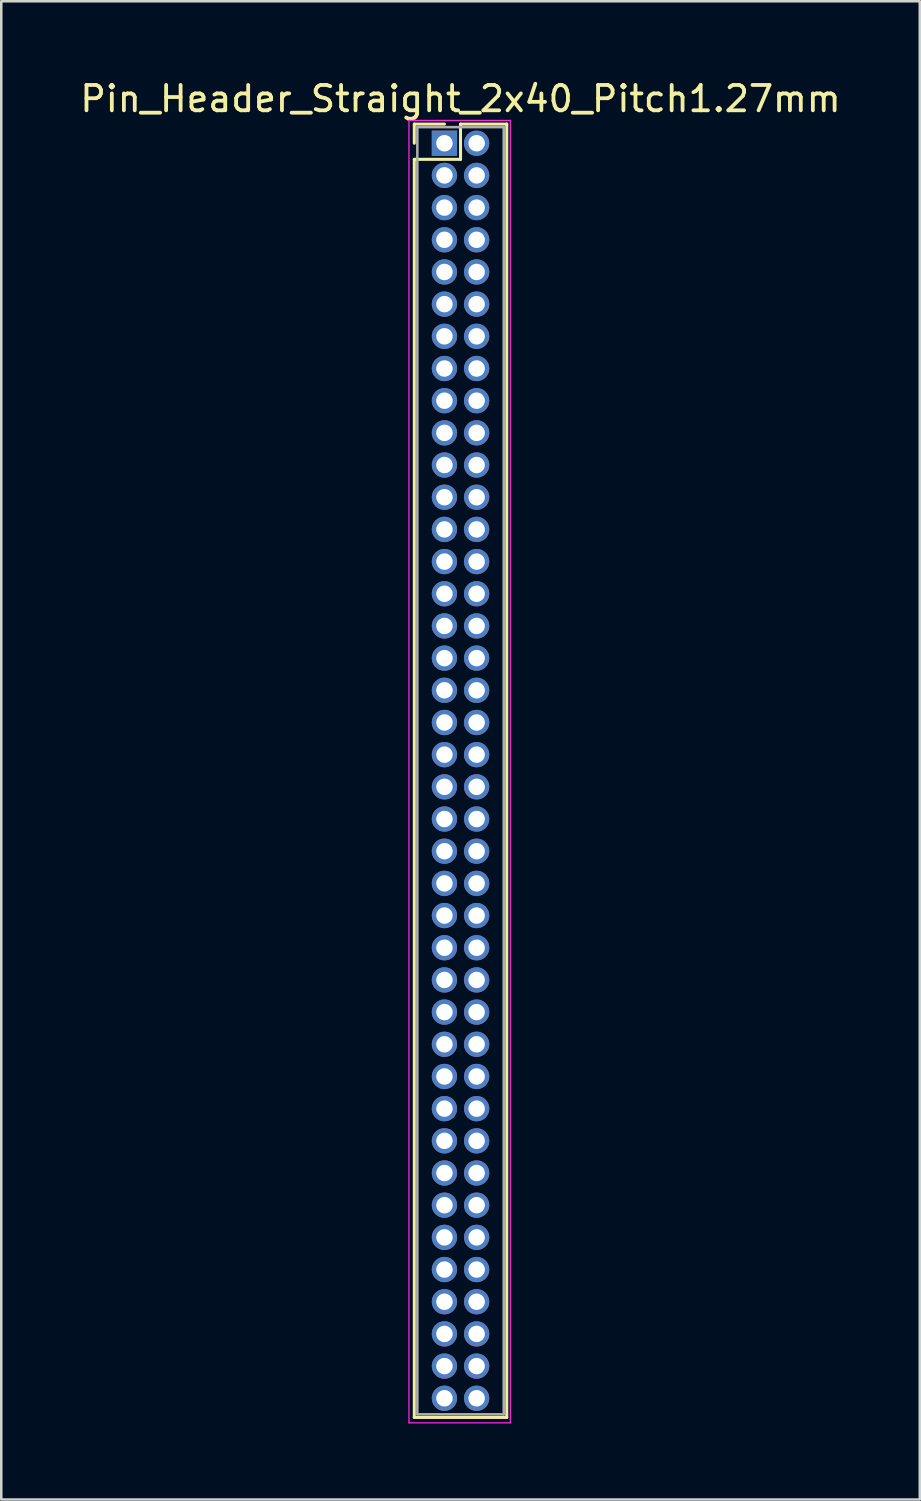
<source format=kicad_pcb>
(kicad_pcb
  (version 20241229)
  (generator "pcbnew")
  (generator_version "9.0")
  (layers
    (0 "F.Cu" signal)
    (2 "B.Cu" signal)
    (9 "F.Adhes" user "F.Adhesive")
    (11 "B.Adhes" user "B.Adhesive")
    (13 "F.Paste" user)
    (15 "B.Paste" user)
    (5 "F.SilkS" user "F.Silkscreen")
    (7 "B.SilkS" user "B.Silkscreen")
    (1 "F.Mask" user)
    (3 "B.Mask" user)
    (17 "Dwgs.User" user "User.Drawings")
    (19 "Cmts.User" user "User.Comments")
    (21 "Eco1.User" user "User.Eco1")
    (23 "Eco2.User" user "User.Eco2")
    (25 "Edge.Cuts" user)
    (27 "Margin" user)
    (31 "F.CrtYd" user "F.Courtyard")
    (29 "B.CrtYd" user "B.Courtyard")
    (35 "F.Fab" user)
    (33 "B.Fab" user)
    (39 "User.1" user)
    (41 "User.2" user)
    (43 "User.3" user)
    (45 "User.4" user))
  (footprint "Pin_Header_Straight_2x40_Pitch1.27mm"
    (layer "F.Cu")
    (at 14.49 2.603)
    (property "Reference" "Pin_Header_Straight_2x40_Pitch1.27mm" (at 0.635 -1.755 0) (layer "F.SilkS") (effects (font (size 1 1) (thickness 0.15))))
    (attr through_hole)
    (fp_line (start -1.19 -0.755) (end 0 -0.755) (stroke (width 0.12) (type solid)) (layer "F.SilkS"))
    (fp_line (start -1.19 0) (end -1.19 -0.755) (stroke (width 0.12) (type solid)) (layer "F.SilkS"))
    (fp_line (start -1.19 0.635) (end -1.19 50.285) (stroke (width 0.12) (type solid)) (layer "F.SilkS"))
    (fp_line (start -1.19 50.285) (end 2.46 50.285) (stroke (width 0.12) (type solid)) (layer "F.SilkS"))
    (fp_line (start 0.635 -0.755) (end 0.635 0.635) (stroke (width 0.12) (type solid)) (layer "F.SilkS"))
    (fp_line (start 0.635 0.635) (end -1.19 0.635) (stroke (width 0.12) (type solid)) (layer "F.SilkS"))
    (fp_line (start 2.46 -0.755) (end 0.635 -0.755) (stroke (width 0.12) (type solid)) (layer "F.SilkS"))
    (fp_line (start 2.46 50.285) (end 2.46 -0.755) (stroke (width 0.12) (type solid)) (layer "F.SilkS"))
    (fp_line (start -1.4 -0.9) (end -1.4 50.5) (stroke (width 0.05) (type solid)) (layer "F.CrtYd"))
    (fp_line (start -1.4 50.5) (end 2.6 50.5) (stroke (width 0.05) (type solid)) (layer "F.CrtYd"))
    (fp_line (start 2.6 -0.9) (end -1.4 -0.9) (stroke (width 0.05) (type solid)) (layer "F.CrtYd"))
    (fp_line (start 2.6 50.5) (end 2.6 -0.9) (stroke (width 0.05) (type solid)) (layer "F.CrtYd"))
    (fp_line (start -1.07 -0.635) (end -1.07 50.165) (stroke (width 0.1) (type solid)) (layer "F.Fab"))
    (fp_line (start -1.07 50.165) (end 2.34 50.165) (stroke (width 0.1) (type solid)) (layer "F.Fab"))
    (fp_line (start 2.34 -0.635) (end -1.07 -0.635) (stroke (width 0.1) (type solid)) (layer "F.Fab"))
    (fp_line (start 2.34 50.165) (end 2.34 -0.635) (stroke (width 0.1) (type solid)) (layer "F.Fab"))
    (pad "1" thru_hole rect (at 0 0) (size 1 1) (drill 0.65) (layers "*.Cu" "*.Mask"))
    (pad "2" thru_hole oval (at 1.27 0) (size 1 1) (drill 0.65) (layers "*.Cu" "*.Mask"))
    (pad "3" thru_hole oval (at 0 1.27) (size 1 1) (drill 0.65) (layers "*.Cu" "*.Mask"))
    (pad "4" thru_hole oval (at 1.27 1.27) (size 1 1) (drill 0.65) (layers "*.Cu" "*.Mask"))
    (pad "5" thru_hole oval (at 0 2.54) (size 1 1) (drill 0.65) (layers "*.Cu" "*.Mask"))
    (pad "6" thru_hole oval (at 1.27 2.54) (size 1 1) (drill 0.65) (layers "*.Cu" "*.Mask"))
    (pad "7" thru_hole oval (at 0 3.81) (size 1 1) (drill 0.65) (layers "*.Cu" "*.Mask"))
    (pad "8" thru_hole oval (at 1.27 3.81) (size 1 1) (drill 0.65) (layers "*.Cu" "*.Mask"))
    (pad "9" thru_hole oval (at 0 5.08) (size 1 1) (drill 0.65) (layers "*.Cu" "*.Mask"))
    (pad "10" thru_hole oval (at 1.27 5.08) (size 1 1) (drill 0.65) (layers "*.Cu" "*.Mask"))
    (pad "11" thru_hole oval (at 0 6.35) (size 1 1) (drill 0.65) (layers "*.Cu" "*.Mask"))
    (pad "12" thru_hole oval (at 1.27 6.35) (size 1 1) (drill 0.65) (layers "*.Cu" "*.Mask"))
    (pad "13" thru_hole oval (at 0 7.62) (size 1 1) (drill 0.65) (layers "*.Cu" "*.Mask"))
    (pad "14" thru_hole oval (at 1.27 7.62) (size 1 1) (drill 0.65) (layers "*.Cu" "*.Mask"))
    (pad "15" thru_hole oval (at 0 8.89) (size 1 1) (drill 0.65) (layers "*.Cu" "*.Mask"))
    (pad "16" thru_hole oval (at 1.27 8.89) (size 1 1) (drill 0.65) (layers "*.Cu" "*.Mask"))
    (pad "17" thru_hole oval (at 0 10.16) (size 1 1) (drill 0.65) (layers "*.Cu" "*.Mask"))
    (pad "18" thru_hole oval (at 1.27 10.16) (size 1 1) (drill 0.65) (layers "*.Cu" "*.Mask"))
    (pad "19" thru_hole oval (at 0 11.43) (size 1 1) (drill 0.65) (layers "*.Cu" "*.Mask"))
    (pad "20" thru_hole oval (at 1.27 11.43) (size 1 1) (drill 0.65) (layers "*.Cu" "*.Mask"))
    (pad "21" thru_hole oval (at 0 12.7) (size 1 1) (drill 0.65) (layers "*.Cu" "*.Mask"))
    (pad "22" thru_hole oval (at 1.27 12.7) (size 1 1) (drill 0.65) (layers "*.Cu" "*.Mask"))
    (pad "23" thru_hole oval (at 0 13.97) (size 1 1) (drill 0.65) (layers "*.Cu" "*.Mask"))
    (pad "24" thru_hole oval (at 1.27 13.97) (size 1 1) (drill 0.65) (layers "*.Cu" "*.Mask"))
    (pad "25" thru_hole oval (at 0 15.24) (size 1 1) (drill 0.65) (layers "*.Cu" "*.Mask"))
    (pad "26" thru_hole oval (at 1.27 15.24) (size 1 1) (drill 0.65) (layers "*.Cu" "*.Mask"))
    (pad "27" thru_hole oval (at 0 16.51) (size 1 1) (drill 0.65) (layers "*.Cu" "*.Mask"))
    (pad "28" thru_hole oval (at 1.27 16.51) (size 1 1) (drill 0.65) (layers "*.Cu" "*.Mask"))
    (pad "29" thru_hole oval (at 0 17.78) (size 1 1) (drill 0.65) (layers "*.Cu" "*.Mask"))
    (pad "30" thru_hole oval (at 1.27 17.78) (size 1 1) (drill 0.65) (layers "*.Cu" "*.Mask"))
    (pad "31" thru_hole oval (at 0 19.05) (size 1 1) (drill 0.65) (layers "*.Cu" "*.Mask"))
    (pad "32" thru_hole oval (at 1.27 19.05) (size 1 1) (drill 0.65) (layers "*.Cu" "*.Mask"))
    (pad "33" thru_hole oval (at 0 20.32) (size 1 1) (drill 0.65) (layers "*.Cu" "*.Mask"))
    (pad "34" thru_hole oval (at 1.27 20.32) (size 1 1) (drill 0.65) (layers "*.Cu" "*.Mask"))
    (pad "35" thru_hole oval (at 0 21.59) (size 1 1) (drill 0.65) (layers "*.Cu" "*.Mask"))
    (pad "36" thru_hole oval (at 1.27 21.59) (size 1 1) (drill 0.65) (layers "*.Cu" "*.Mask"))
    (pad "37" thru_hole oval (at 0 22.86) (size 1 1) (drill 0.65) (layers "*.Cu" "*.Mask"))
    (pad "38" thru_hole oval (at 1.27 22.86) (size 1 1) (drill 0.65) (layers "*.Cu" "*.Mask"))
    (pad "39" thru_hole oval (at 0 24.13) (size 1 1) (drill 0.65) (layers "*.Cu" "*.Mask"))
    (pad "40" thru_hole oval (at 1.27 24.13) (size 1 1) (drill 0.65) (layers "*.Cu" "*.Mask"))
    (pad "41" thru_hole oval (at 0 25.4) (size 1 1) (drill 0.65) (layers "*.Cu" "*.Mask"))
    (pad "42" thru_hole oval (at 1.27 25.4) (size 1 1) (drill 0.65) (layers "*.Cu" "*.Mask"))
    (pad "43" thru_hole oval (at 0 26.67) (size 1 1) (drill 0.65) (layers "*.Cu" "*.Mask"))
    (pad "44" thru_hole oval (at 1.27 26.67) (size 1 1) (drill 0.65) (layers "*.Cu" "*.Mask"))
    (pad "45" thru_hole oval (at 0 27.94) (size 1 1) (drill 0.65) (layers "*.Cu" "*.Mask"))
    (pad "46" thru_hole oval (at 1.27 27.94) (size 1 1) (drill 0.65) (layers "*.Cu" "*.Mask"))
    (pad "47" thru_hole oval (at 0 29.21) (size 1 1) (drill 0.65) (layers "*.Cu" "*.Mask"))
    (pad "48" thru_hole oval (at 1.27 29.21) (size 1 1) (drill 0.65) (layers "*.Cu" "*.Mask"))
    (pad "49" thru_hole oval (at 0 30.48) (size 1 1) (drill 0.65) (layers "*.Cu" "*.Mask"))
    (pad "50" thru_hole oval (at 1.27 30.48) (size 1 1) (drill 0.65) (layers "*.Cu" "*.Mask"))
    (pad "51" thru_hole oval (at 0 31.75) (size 1 1) (drill 0.65) (layers "*.Cu" "*.Mask"))
    (pad "52" thru_hole oval (at 1.27 31.75) (size 1 1) (drill 0.65) (layers "*.Cu" "*.Mask"))
    (pad "53" thru_hole oval (at 0 33.02) (size 1 1) (drill 0.65) (layers "*.Cu" "*.Mask"))
    (pad "54" thru_hole oval (at 1.27 33.02) (size 1 1) (drill 0.65) (layers "*.Cu" "*.Mask"))
    (pad "55" thru_hole oval (at 0 34.29) (size 1 1) (drill 0.65) (layers "*.Cu" "*.Mask"))
    (pad "56" thru_hole oval (at 1.27 34.29) (size 1 1) (drill 0.65) (layers "*.Cu" "*.Mask"))
    (pad "57" thru_hole oval (at 0 35.56) (size 1 1) (drill 0.65) (layers "*.Cu" "*.Mask"))
    (pad "58" thru_hole oval (at 1.27 35.56) (size 1 1) (drill 0.65) (layers "*.Cu" "*.Mask"))
    (pad "59" thru_hole oval (at 0 36.83) (size 1 1) (drill 0.65) (layers "*.Cu" "*.Mask"))
    (pad "60" thru_hole oval (at 1.27 36.83) (size 1 1) (drill 0.65) (layers "*.Cu" "*.Mask"))
    (pad "61" thru_hole oval (at 0 38.1) (size 1 1) (drill 0.65) (layers "*.Cu" "*.Mask"))
    (pad "62" thru_hole oval (at 1.27 38.1) (size 1 1) (drill 0.65) (layers "*.Cu" "*.Mask"))
    (pad "63" thru_hole oval (at 0 39.37) (size 1 1) (drill 0.65) (layers "*.Cu" "*.Mask"))
    (pad "64" thru_hole oval (at 1.27 39.37) (size 1 1) (drill 0.65) (layers "*.Cu" "*.Mask"))
    (pad "65" thru_hole oval (at 0 40.64) (size 1 1) (drill 0.65) (layers "*.Cu" "*.Mask"))
    (pad "66" thru_hole oval (at 1.27 40.64) (size 1 1) (drill 0.65) (layers "*.Cu" "*.Mask"))
    (pad "67" thru_hole oval (at 0 41.91) (size 1 1) (drill 0.65) (layers "*.Cu" "*.Mask"))
    (pad "68" thru_hole oval (at 1.27 41.91) (size 1 1) (drill 0.65) (layers "*.Cu" "*.Mask"))
    (pad "69" thru_hole oval (at 0 43.18) (size 1 1) (drill 0.65) (layers "*.Cu" "*.Mask"))
    (pad "70" thru_hole oval (at 1.27 43.18) (size 1 1) (drill 0.65) (layers "*.Cu" "*.Mask"))
    (pad "71" thru_hole oval (at 0 44.45) (size 1 1) (drill 0.65) (layers "*.Cu" "*.Mask"))
    (pad "72" thru_hole oval (at 1.27 44.45) (size 1 1) (drill 0.65) (layers "*.Cu" "*.Mask"))
    (pad "73" thru_hole oval (at 0 45.72) (size 1 1) (drill 0.65) (layers "*.Cu" "*.Mask"))
    (pad "74" thru_hole oval (at 1.27 45.72) (size 1 1) (drill 0.65) (layers "*.Cu" "*.Mask"))
    (pad "75" thru_hole oval (at 0 46.99) (size 1 1) (drill 0.65) (layers "*.Cu" "*.Mask"))
    (pad "76" thru_hole oval (at 1.27 46.99) (size 1 1) (drill 0.65) (layers "*.Cu" "*.Mask"))
    (pad "77" thru_hole oval (at 0 48.26) (size 1 1) (drill 0.65) (layers "*.Cu" "*.Mask"))
    (pad "78" thru_hole oval (at 1.27 48.26) (size 1 1) (drill 0.65) (layers "*.Cu" "*.Mask"))
    (pad "79" thru_hole oval (at 0 49.53) (size 1 1) (drill 0.65) (layers "*.Cu" "*.Mask"))
    (pad "80" thru_hole oval (at 1.27 49.53) (size 1 1) (drill 0.65) (layers "*.Cu" "*.Mask")))
  (gr_rect
    (start -3 -3)
    (end 33.25 56.128)
    (stroke (width 0.1) (type default))
    (fill no)
    (layer "Edge.Cuts")))
</source>
